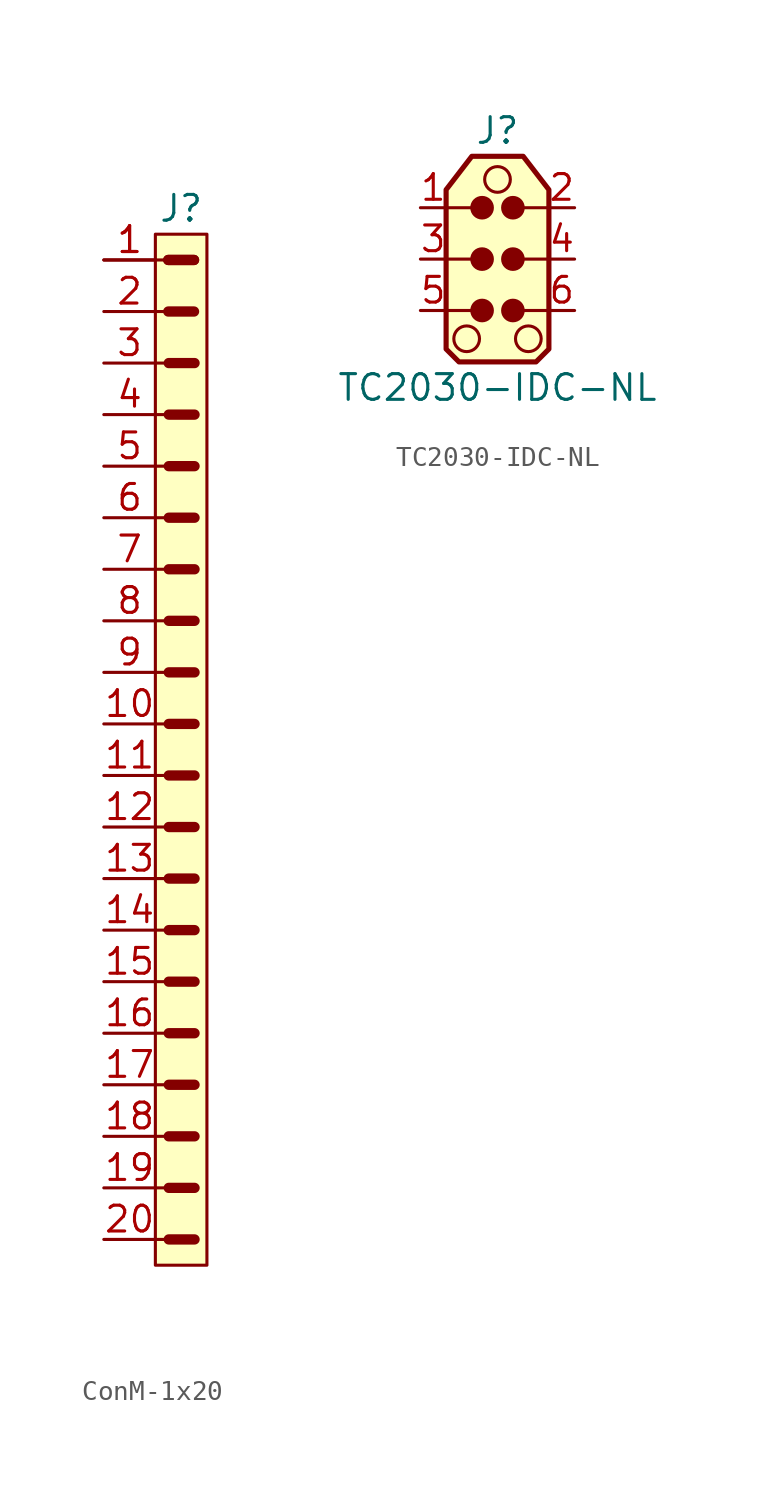
<source format=kicad_sym>
(kicad_symbol_lib
  (version 20231120)
  (generator "kicad_symbol_editor")
  (generator_version "8.0")
  (symbol "ConM-1x20"
    (property "Reference" "J"
      (at 1.27 26.67 0)
      (effects (font (size 1.27 1.27))))
    (symbol "ConM-1x20_0_1"
      (polyline (pts (xy 0.635 21.59) (xy 1.905 21.59)) (stroke (width 0.508) (type default)) (fill (type none)))
      (polyline (pts (xy 0.635 24.13) (xy 1.905 24.13)) (stroke (width 0.508) (type default)) (fill (type none)))
      (polyline (pts (xy 0.635 24.13) (xy 1.905 24.13)) (stroke (width 0.508) (type default)) (fill (type none)))
      (polyline (pts (xy 0.66 -24.13) (xy 1.93 -24.13)) (stroke (width 0.508) (type default)) (fill (type none)))
      (polyline (pts (xy 0.66 -21.59) (xy 1.93 -21.59)) (stroke (width 0.508) (type default)) (fill (type none)))
      (polyline (pts (xy 0.66 -19.05) (xy 1.93 -19.05)) (stroke (width 0.508) (type default)) (fill (type none)))
      (polyline (pts (xy 0.66 -16.51) (xy 1.93 -16.51)) (stroke (width 0.508) (type default)) (fill (type none)))
      (polyline (pts (xy 0.66 -13.97) (xy 1.93 -13.97)) (stroke (width 0.508) (type default)) (fill (type none)))
      (polyline (pts (xy 0.66 -11.43) (xy 1.93 -11.43)) (stroke (width 0.508) (type default)) (fill (type none)))
      (polyline (pts (xy 0.66 -8.89) (xy 1.93 -8.89)) (stroke (width 0.508) (type default)) (fill (type none)))
      (polyline (pts (xy 0.66 -6.35) (xy 1.93 -6.35)) (stroke (width 0.508) (type default)) (fill (type none)))
      (polyline (pts (xy 0.66 -3.81) (xy 1.93 -3.81)) (stroke (width 0.508) (type default)) (fill (type none)))
      (polyline (pts (xy 0.66 -1.27) (xy 1.93 -1.27)) (stroke (width 0.508) (type default)) (fill (type none)))
      (polyline (pts (xy 0.66 1.27) (xy 1.93 1.27)) (stroke (width 0.508) (type default)) (fill (type none)))
      (polyline (pts (xy 0.66 3.81) (xy 1.93 3.81)) (stroke (width 0.508) (type default)) (fill (type none)))
      (polyline (pts (xy 0.66 6.35) (xy 1.93 6.35)) (stroke (width 0.508) (type default)) (fill (type none)))
      (polyline (pts (xy 0.66 8.89) (xy 1.93 8.89)) (stroke (width 0.508) (type default)) (fill (type none)))
      (polyline (pts (xy 0.66 11.43) (xy 1.93 11.43)) (stroke (width 0.508) (type default)) (fill (type none)))
      (polyline (pts (xy 0.66 13.97) (xy 1.93 13.97)) (stroke (width 0.508) (type default)) (fill (type none)))
      (polyline (pts (xy 0.66 16.51) (xy 1.93 16.51)) (stroke (width 0.508) (type default)) (fill (type none)))
      (polyline (pts (xy 0.66 19.05) (xy 1.93 19.05)) (stroke (width 0.508) (type default)) (fill (type none))))
    (symbol "ConM-1x20_1_1"
      (polyline (pts (xy 0 -24.13) (xy 0.66 -24.13)) (stroke (width 0.152) (type default)) (fill (type none)))
      (polyline (pts (xy 0 -21.59) (xy 0.66 -21.59)) (stroke (width 0.152) (type default)) (fill (type none)))
      (polyline (pts (xy 0 -19.05) (xy 0.66 -19.05)) (stroke (width 0.152) (type default)) (fill (type none)))
      (polyline (pts (xy 0 -16.51) (xy 0.66 -16.51)) (stroke (width 0.152) (type default)) (fill (type none)))
      (polyline (pts (xy 0 -13.97) (xy 0.66 -13.97)) (stroke (width 0.152) (type default)) (fill (type none)))
      (polyline (pts (xy 0 -11.43) (xy 0.66 -11.43)) (stroke (width 0.152) (type default)) (fill (type none)))
      (polyline (pts (xy 0 -8.89) (xy 0.66 -8.89)) (stroke (width 0.152) (type default)) (fill (type none)))
      (polyline (pts (xy 0 -6.35) (xy 0.66 -6.35)) (stroke (width 0.152) (type default)) (fill (type none)))
      (polyline (pts (xy 0 -3.81) (xy 0.66 -3.81)) (stroke (width 0.152) (type default)) (fill (type none)))
      (polyline (pts (xy 0 -1.27) (xy 0.66 -1.27)) (stroke (width 0.152) (type default)) (fill (type none)))
      (polyline (pts (xy 0 1.27) (xy 0.66 1.27)) (stroke (width 0.152) (type default)) (fill (type none)))
      (polyline (pts (xy 0 3.81) (xy 0.66 3.81)) (stroke (width 0.152) (type default)) (fill (type none)))
      (polyline (pts (xy 0 6.35) (xy 0.66 6.35)) (stroke (width 0.152) (type default)) (fill (type none)))
      (polyline (pts (xy 0 8.89) (xy 0.66 8.89)) (stroke (width 0.152) (type default)) (fill (type none)))
      (polyline (pts (xy 0 11.43) (xy 0.66 11.43)) (stroke (width 0.152) (type default)) (fill (type none)))
      (polyline (pts (xy 0 13.97) (xy 0.66 13.97)) (stroke (width 0.152) (type default)) (fill (type none)))
      (polyline (pts (xy 0 16.51) (xy 0.66 16.51)) (stroke (width 0.152) (type default)) (fill (type none)))
      (polyline (pts (xy 0 19.05) (xy 0.66 19.05)) (stroke (width 0.152) (type default)) (fill (type none)))
      (polyline (pts (xy 0 21.59) (xy 0.635 21.59)) (stroke (width 0.152) (type default)) (fill (type none)))
      (polyline (pts (xy 0 24.13) (xy 0.635 24.13)) (stroke (width 0.152) (type default)) (fill (type none)))
      (rectangle (start 0 25.4) (end 2.54 -25.4) (stroke (width 0) (type default)) (fill (type background)))
      (pin passive line (at -2.54 24.13 0) (length 2.54) (name "" (effects (font (size 1.27 1.27)))) (number "1" (effects (font (size 1.27 1.27)))))
      (pin passive line (at -2.54 24.13 0) (length 2.54) (name "" (effects (font (size 1.27 1.27)))) (number "1" (effects (font (size 1.27 1.27)))))
      (pin passive line (at -2.54 1.27 0) (length 2.54) (name "" (effects (font (size 1.27 1.27)))) (number "10" (effects (font (size 1.27 1.27)))))
      (pin passive line (at -2.54 -1.27 0) (length 2.54) (name "" (effects (font (size 1.27 1.27)))) (number "11" (effects (font (size 1.27 1.27)))))
      (pin passive line (at -2.54 -3.81 0) (length 2.54) (name "" (effects (font (size 1.27 1.27)))) (number "12" (effects (font (size 1.27 1.27)))))
      (pin passive line (at -2.54 -6.35 0) (length 2.54) (name "" (effects (font (size 1.27 1.27)))) (number "13" (effects (font (size 1.27 1.27)))))
      (pin passive line (at -2.54 -8.89 0) (length 2.54) (name "" (effects (font (size 1.27 1.27)))) (number "14" (effects (font (size 1.27 1.27)))))
      (pin passive line (at -2.54 -11.43 0) (length 2.54) (name "" (effects (font (size 1.27 1.27)))) (number "15" (effects (font (size 1.27 1.27)))))
      (pin passive line (at -2.54 -13.97 0) (length 2.54) (name "" (effects (font (size 1.27 1.27)))) (number "16" (effects (font (size 1.27 1.27)))))
      (pin passive line (at -2.54 -16.51 0) (length 2.54) (name "" (effects (font (size 1.27 1.27)))) (number "17" (effects (font (size 1.27 1.27)))))
      (pin passive line (at -2.54 -19.05 0) (length 2.54) (name "" (effects (font (size 1.27 1.27)))) (number "18" (effects (font (size 1.27 1.27)))))
      (pin passive line (at -2.54 -21.59 0) (length 2.54) (name "" (effects (font (size 1.27 1.27)))) (number "19" (effects (font (size 1.27 1.27)))))
      (pin passive line (at -2.54 21.59 0) (length 2.54) (name "" (effects (font (size 1.27 1.27)))) (number "2" (effects (font (size 1.27 1.27)))))
      (pin passive line (at -2.54 -24.13 0) (length 2.54) (name "" (effects (font (size 1.27 1.27)))) (number "20" (effects (font (size 1.27 1.27)))))
      (pin passive line (at -2.54 19.05 0) (length 2.54) (name "" (effects (font (size 1.27 1.27)))) (number "3" (effects (font (size 1.27 1.27)))))
      (pin passive line (at -2.54 16.51 0) (length 2.54) (name "" (effects (font (size 1.27 1.27)))) (number "4" (effects (font (size 1.27 1.27)))))
      (pin passive line (at -2.54 13.97 0) (length 2.54) (name "" (effects (font (size 1.27 1.27)))) (number "5" (effects (font (size 1.27 1.27)))))
      (pin passive line (at -2.54 11.43 0) (length 2.54) (name "" (effects (font (size 1.27 1.27)))) (number "6" (effects (font (size 1.27 1.27)))))
      (pin passive line (at -2.54 8.89 0) (length 2.54) (name "" (effects (font (size 1.27 1.27)))) (number "7" (effects (font (size 1.27 1.27)))))
      (pin passive line (at -2.54 6.35 0) (length 2.54) (name "" (effects (font (size 1.27 1.27)))) (number "8" (effects (font (size 1.27 1.27)))))
      (pin passive line (at -2.54 3.81 0) (length 2.54) (name "" (effects (font (size 1.27 1.27)))) (number "9" (effects (font (size 1.27 1.27)))))))
  (symbol "TC2030-IDC-NL"
    (pin_names
      (offset 0.127) hide)
    (property "Reference" "J"
      (at 0 6.35 0)
      (effects (font (size 1.27 1.27))))
    (property "Value" "TC2030-IDC-NL"
      (at 0 -6.35 0)
      (effects (font (size 1.27 1.27))))
    (symbol "TC2030-IDC-NL_0_1"
      (circle (center -1.524 -3.937) (radius 0.635) (stroke (width 0) (type default)) (fill (type none)))
      (circle (center -0.762 -2.54) (radius 0.508) (stroke (width 0) (type default)) (fill (type outline)))
      (circle (center -0.762 0) (radius 0.508) (stroke (width 0) (type default)) (fill (type outline)))
      (circle (center -0.762 2.54) (radius 0.508) (stroke (width 0) (type default)) (fill (type outline)))
      (polyline (pts (xy -2.54 -2.54) (xy -1.016 -2.54)) (stroke (width 0) (type default)) (fill (type none)))
      (polyline (pts (xy -2.54 0) (xy -1.016 0)) (stroke (width 0) (type default)) (fill (type none)))
      (polyline (pts (xy -2.54 2.54) (xy -1.016 2.54)) (stroke (width 0) (type default)) (fill (type none)))
      (polyline (pts (xy 2.54 -2.54) (xy 1.016 -2.54)) (stroke (width 0) (type default)) (fill (type none)))
      (polyline (pts (xy 2.54 0) (xy 1.016 0)) (stroke (width 0) (type default)) (fill (type none)))
      (polyline (pts (xy 2.54 2.54) (xy 1.016 2.54)) (stroke (width 0) (type default)) (fill (type none)))
      (circle (center 0 3.937) (radius 0.635) (stroke (width 0) (type default)) (fill (type none)))
      (circle (center 0.762 -2.54) (radius 0.508) (stroke (width 0) (type default)) (fill (type outline)))
      (circle (center 0.762 0) (radius 0.508) (stroke (width 0) (type default)) (fill (type outline)))
      (circle (center 0.762 2.54) (radius 0.508) (stroke (width 0) (type default)) (fill (type outline)))
      (circle (center 1.524 -3.937) (radius 0.635) (stroke (width 0) (type default)) (fill (type none))))
    (symbol "TC2030-IDC-NL_1_1"
      (polyline (pts (xy -2.54 -4.445) (xy -1.905 -5.08) (xy 1.905 -5.08) (xy 2.54 -4.445) (xy 2.54 3.429) (xy 1.27 5.08) (xy -1.27 5.08) (xy -2.54 3.429) (xy -2.54 -4.445)) (stroke (width 0.254) (type default)) (fill (type background)))
      (pin passive line (at -3.81 2.54 0) (length 1.27) (name "1" (effects (font (size 1.27 1.27)))) (number "1" (effects (font (size 1.27 1.27)))))
      (pin passive line (at 3.81 2.54 180) (length 1.27) (name "2" (effects (font (size 1.27 1.27)))) (number "2" (effects (font (size 1.27 1.27)))))
      (pin passive line (at -3.81 0 0) (length 1.27) (name "3" (effects (font (size 1.27 1.27)))) (number "3" (effects (font (size 1.27 1.27)))))
      (pin passive line (at 3.81 0 180) (length 1.27) (name "4" (effects (font (size 1.27 1.27)))) (number "4" (effects (font (size 1.27 1.27)))))
      (pin passive line (at -3.81 -2.54 0) (length 1.27) (name "5" (effects (font (size 1.27 1.27)))) (number "5" (effects (font (size 1.27 1.27)))))
      (pin passive line (at 3.81 -2.54 180) (length 1.27) (name "6" (effects (font (size 1.27 1.27)))) (number "6" (effects (font (size 1.27 1.27))))))))
</source>
